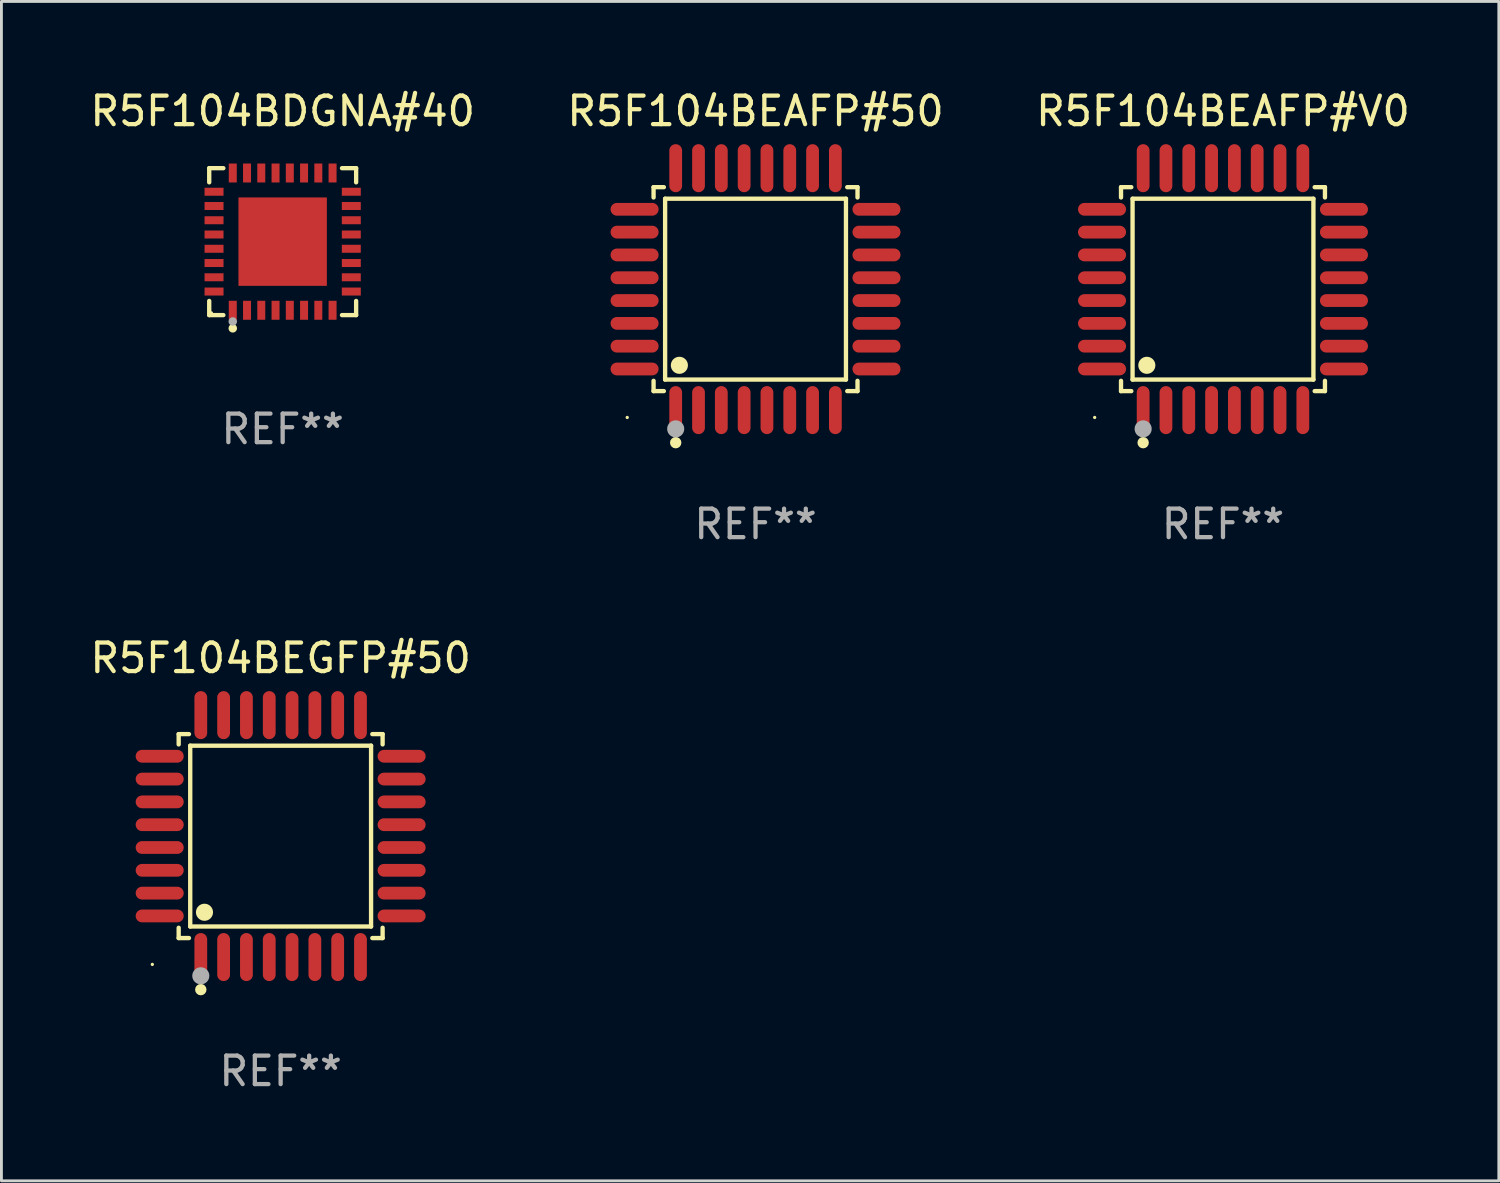
<source format=kicad_pcb>
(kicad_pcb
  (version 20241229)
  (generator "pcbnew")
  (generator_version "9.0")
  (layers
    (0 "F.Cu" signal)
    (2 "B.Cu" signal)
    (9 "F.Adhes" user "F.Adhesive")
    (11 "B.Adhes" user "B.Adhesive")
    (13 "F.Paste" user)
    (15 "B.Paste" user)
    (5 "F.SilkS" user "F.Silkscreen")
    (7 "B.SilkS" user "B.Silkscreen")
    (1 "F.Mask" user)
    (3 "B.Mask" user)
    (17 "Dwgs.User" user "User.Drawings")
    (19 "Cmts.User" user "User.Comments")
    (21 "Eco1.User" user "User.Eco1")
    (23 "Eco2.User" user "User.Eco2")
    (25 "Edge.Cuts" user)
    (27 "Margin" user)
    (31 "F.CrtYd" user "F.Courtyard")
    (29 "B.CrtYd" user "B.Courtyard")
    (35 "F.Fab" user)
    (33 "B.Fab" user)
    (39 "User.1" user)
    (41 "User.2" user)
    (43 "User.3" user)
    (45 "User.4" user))
  (footprint "R5F104BEAFP#V0"
    (layer "F.Cu")
    (at 39.839 7.09)
    (property "Reference" "R5F104BEAFP#V0" (at 0 -6.242 0) (layer "F.SilkS") (effects (font (size 1 1) (thickness 0.15))))
    (attr through_hole)
    (fp_line (start -3.576 -3.576) (end -3.215 -3.576) (stroke (width 0.152) (type solid)) (layer "F.SilkS"))
    (fp_line (start -3.576 -3.215) (end -3.576 -3.576) (stroke (width 0.152) (type solid)) (layer "F.SilkS"))
    (fp_line (start -3.576 3.215) (end -3.576 3.576) (stroke (width 0.152) (type solid)) (layer "F.SilkS"))
    (fp_line (start -3.576 3.576) (end -3.215 3.576) (stroke (width 0.152) (type solid)) (layer "F.SilkS"))
    (fp_line (start -3.171 -3.171) (end 3.171 -3.171) (stroke (width 0.152) (type solid)) (layer "F.SilkS"))
    (fp_line (start -3.171 3.171) (end -3.171 -3.171) (stroke (width 0.152) (type solid)) (layer "F.SilkS"))
    (fp_line (start 3.171 -3.171) (end 3.171 3.171) (stroke (width 0.152) (type solid)) (layer "F.SilkS"))
    (fp_line (start 3.171 3.171) (end -3.171 3.171) (stroke (width 0.152) (type solid)) (layer "F.SilkS"))
    (fp_line (start 3.576 -3.576) (end 3.215 -3.576) (stroke (width 0.152) (type solid)) (layer "F.SilkS"))
    (fp_line (start 3.576 -3.215) (end 3.576 -3.576) (stroke (width 0.152) (type solid)) (layer "F.SilkS"))
    (fp_line (start 3.576 3.215) (end 3.576 3.576) (stroke (width 0.152) (type solid)) (layer "F.SilkS"))
    (fp_line (start 3.576 3.576) (end 3.215 3.576) (stroke (width 0.152) (type solid)) (layer "F.SilkS"))
    (fp_circle (center -4.5 4.5) (end -4.47 4.5) (stroke (width 0.06) (type solid)) (fill no) (layer "F.SilkS"))
    (fp_circle (center -2.8 5.384) (end -2.7 5.384) (stroke (width 0.2) (type solid)) (fill no) (layer "F.SilkS"))
    (fp_circle (center -2.671 2.671) (end -2.521 2.671) (stroke (width 0.3) (type solid)) (fill no) (layer "F.SilkS"))
    (fp_circle (center -2.8 4.9) (end -2.65 4.9) (stroke (width 0.3) (type solid)) (fill no) (layer "F.Fab"))
    (fp_text user "REF**" (at 0 8.242 0) (layer "F.Fab") (effects (font (size 1 1) (thickness 0.15))))
    (pad "1" smd oval (at -2.8 4.242) (size 0.448 1.684) (layers "F.Cu" "F.Mask" "F.Paste"))
    (pad "2" smd oval (at -2 4.242) (size 0.448 1.684) (layers "F.Cu" "F.Mask" "F.Paste"))
    (pad "3" smd oval (at -1.2 4.242) (size 0.448 1.684) (layers "F.Cu" "F.Mask" "F.Paste"))
    (pad "4" smd oval (at -0.4 4.242) (size 0.448 1.684) (layers "F.Cu" "F.Mask" "F.Paste"))
    (pad "5" smd oval (at 0.4 4.242) (size 0.448 1.684) (layers "F.Cu" "F.Mask" "F.Paste"))
    (pad "6" smd oval (at 1.2 4.242) (size 0.448 1.684) (layers "F.Cu" "F.Mask" "F.Paste"))
    (pad "7" smd oval (at 2 4.242) (size 0.448 1.684) (layers "F.Cu" "F.Mask" "F.Paste"))
    (pad "8" smd oval (at 2.8 4.242) (size 0.448 1.684) (layers "F.Cu" "F.Mask" "F.Paste"))
    (pad "9" smd oval (at 4.242 2.8) (size 1.684 0.448) (layers "F.Cu" "F.Mask" "F.Paste"))
    (pad "10" smd oval (at 4.242 2) (size 1.684 0.448) (layers "F.Cu" "F.Mask" "F.Paste"))
    (pad "11" smd oval (at 4.242 1.2) (size 1.684 0.448) (layers "F.Cu" "F.Mask" "F.Paste"))
    (pad "12" smd oval (at 4.242 0.4) (size 1.684 0.448) (layers "F.Cu" "F.Mask" "F.Paste"))
    (pad "13" smd oval (at 4.242 -0.4) (size 1.684 0.448) (layers "F.Cu" "F.Mask" "F.Paste"))
    (pad "14" smd oval (at 4.242 -1.2) (size 1.684 0.448) (layers "F.Cu" "F.Mask" "F.Paste"))
    (pad "15" smd oval (at 4.242 -2) (size 1.684 0.448) (layers "F.Cu" "F.Mask" "F.Paste"))
    (pad "16" smd oval (at 4.242 -2.8) (size 1.684 0.448) (layers "F.Cu" "F.Mask" "F.Paste"))
    (pad "17" smd oval (at 2.8 -4.242) (size 0.448 1.684) (layers "F.Cu" "F.Mask" "F.Paste"))
    (pad "18" smd oval (at 2 -4.242) (size 0.448 1.684) (layers "F.Cu" "F.Mask" "F.Paste"))
    (pad "19" smd oval (at 1.2 -4.242) (size 0.448 1.684) (layers "F.Cu" "F.Mask" "F.Paste"))
    (pad "20" smd oval (at 0.4 -4.242) (size 0.448 1.684) (layers "F.Cu" "F.Mask" "F.Paste"))
    (pad "21" smd oval (at -0.4 -4.242) (size 0.448 1.684) (layers "F.Cu" "F.Mask" "F.Paste"))
    (pad "22" smd oval (at -1.2 -4.242) (size 0.448 1.684) (layers "F.Cu" "F.Mask" "F.Paste"))
    (pad "23" smd oval (at -2 -4.242) (size 0.448 1.684) (layers "F.Cu" "F.Mask" "F.Paste"))
    (pad "24" smd oval (at -2.8 -4.242) (size 0.448 1.684) (layers "F.Cu" "F.Mask" "F.Paste"))
    (pad "25" smd oval (at -4.242 -2.8) (size 1.684 0.448) (layers "F.Cu" "F.Mask" "F.Paste"))
    (pad "26" smd oval (at -4.242 -2) (size 1.684 0.448) (layers "F.Cu" "F.Mask" "F.Paste"))
    (pad "27" smd oval (at -4.242 -1.2) (size 1.684 0.448) (layers "F.Cu" "F.Mask" "F.Paste"))
    (pad "28" smd oval (at -4.242 -0.4) (size 1.684 0.448) (layers "F.Cu" "F.Mask" "F.Paste"))
    (pad "29" smd oval (at -4.242 0.4) (size 1.684 0.448) (layers "F.Cu" "F.Mask" "F.Paste"))
    (pad "30" smd oval (at -4.242 1.2) (size 1.684 0.448) (layers "F.Cu" "F.Mask" "F.Paste"))
    (pad "31" smd oval (at -4.242 2) (size 1.684 0.448) (layers "F.Cu" "F.Mask" "F.Paste"))
    (pad "32" smd oval (at -4.242 2.8) (size 1.684 0.448) (layers "F.Cu" "F.Mask" "F.Paste")))
  (footprint "R5F104BEAFP#50"
    (layer "F.Cu")
    (at 23.446 7.09)
    (property "Reference" "R5F104BEAFP#50" (at 0 -6.242 0) (layer "F.SilkS") (effects (font (size 1 1) (thickness 0.15))))
    (attr through_hole)
    (fp_line (start -3.576 -3.576) (end -3.215 -3.576) (stroke (width 0.152) (type solid)) (layer "F.SilkS"))
    (fp_line (start -3.576 -3.215) (end -3.576 -3.576) (stroke (width 0.152) (type solid)) (layer "F.SilkS"))
    (fp_line (start -3.576 3.215) (end -3.576 3.576) (stroke (width 0.152) (type solid)) (layer "F.SilkS"))
    (fp_line (start -3.576 3.576) (end -3.215 3.576) (stroke (width 0.152) (type solid)) (layer "F.SilkS"))
    (fp_line (start -3.171 -3.171) (end 3.171 -3.171) (stroke (width 0.152) (type solid)) (layer "F.SilkS"))
    (fp_line (start -3.171 3.171) (end -3.171 -3.171) (stroke (width 0.152) (type solid)) (layer "F.SilkS"))
    (fp_line (start 3.171 -3.171) (end 3.171 3.171) (stroke (width 0.152) (type solid)) (layer "F.SilkS"))
    (fp_line (start 3.171 3.171) (end -3.171 3.171) (stroke (width 0.152) (type solid)) (layer "F.SilkS"))
    (fp_line (start 3.576 -3.576) (end 3.215 -3.576) (stroke (width 0.152) (type solid)) (layer "F.SilkS"))
    (fp_line (start 3.576 -3.215) (end 3.576 -3.576) (stroke (width 0.152) (type solid)) (layer "F.SilkS"))
    (fp_line (start 3.576 3.215) (end 3.576 3.576) (stroke (width 0.152) (type solid)) (layer "F.SilkS"))
    (fp_line (start 3.576 3.576) (end 3.215 3.576) (stroke (width 0.152) (type solid)) (layer "F.SilkS"))
    (fp_circle (center -4.5 4.5) (end -4.47 4.5) (stroke (width 0.06) (type solid)) (fill no) (layer "F.SilkS"))
    (fp_circle (center -2.8 5.384) (end -2.7 5.384) (stroke (width 0.2) (type solid)) (fill no) (layer "F.SilkS"))
    (fp_circle (center -2.671 2.671) (end -2.521 2.671) (stroke (width 0.3) (type solid)) (fill no) (layer "F.SilkS"))
    (fp_circle (center -2.8 4.9) (end -2.65 4.9) (stroke (width 0.3) (type solid)) (fill no) (layer "F.Fab"))
    (fp_text user "REF**" (at 0 8.242 0) (layer "F.Fab") (effects (font (size 1 1) (thickness 0.15))))
    (pad "1" smd oval (at -2.8 4.242) (size 0.448 1.684) (layers "F.Cu" "F.Mask" "F.Paste"))
    (pad "2" smd oval (at -2 4.242) (size 0.448 1.684) (layers "F.Cu" "F.Mask" "F.Paste"))
    (pad "3" smd oval (at -1.2 4.242) (size 0.448 1.684) (layers "F.Cu" "F.Mask" "F.Paste"))
    (pad "4" smd oval (at -0.4 4.242) (size 0.448 1.684) (layers "F.Cu" "F.Mask" "F.Paste"))
    (pad "5" smd oval (at 0.4 4.242) (size 0.448 1.684) (layers "F.Cu" "F.Mask" "F.Paste"))
    (pad "6" smd oval (at 1.2 4.242) (size 0.448 1.684) (layers "F.Cu" "F.Mask" "F.Paste"))
    (pad "7" smd oval (at 2 4.242) (size 0.448 1.684) (layers "F.Cu" "F.Mask" "F.Paste"))
    (pad "8" smd oval (at 2.8 4.242) (size 0.448 1.684) (layers "F.Cu" "F.Mask" "F.Paste"))
    (pad "9" smd oval (at 4.242 2.8) (size 1.684 0.448) (layers "F.Cu" "F.Mask" "F.Paste"))
    (pad "10" smd oval (at 4.242 2) (size 1.684 0.448) (layers "F.Cu" "F.Mask" "F.Paste"))
    (pad "11" smd oval (at 4.242 1.2) (size 1.684 0.448) (layers "F.Cu" "F.Mask" "F.Paste"))
    (pad "12" smd oval (at 4.242 0.4) (size 1.684 0.448) (layers "F.Cu" "F.Mask" "F.Paste"))
    (pad "13" smd oval (at 4.242 -0.4) (size 1.684 0.448) (layers "F.Cu" "F.Mask" "F.Paste"))
    (pad "14" smd oval (at 4.242 -1.2) (size 1.684 0.448) (layers "F.Cu" "F.Mask" "F.Paste"))
    (pad "15" smd oval (at 4.242 -2) (size 1.684 0.448) (layers "F.Cu" "F.Mask" "F.Paste"))
    (pad "16" smd oval (at 4.242 -2.8) (size 1.684 0.448) (layers "F.Cu" "F.Mask" "F.Paste"))
    (pad "17" smd oval (at 2.8 -4.242) (size 0.448 1.684) (layers "F.Cu" "F.Mask" "F.Paste"))
    (pad "18" smd oval (at 2 -4.242) (size 0.448 1.684) (layers "F.Cu" "F.Mask" "F.Paste"))
    (pad "19" smd oval (at 1.2 -4.242) (size 0.448 1.684) (layers "F.Cu" "F.Mask" "F.Paste"))
    (pad "20" smd oval (at 0.4 -4.242) (size 0.448 1.684) (layers "F.Cu" "F.Mask" "F.Paste"))
    (pad "21" smd oval (at -0.4 -4.242) (size 0.448 1.684) (layers "F.Cu" "F.Mask" "F.Paste"))
    (pad "22" smd oval (at -1.2 -4.242) (size 0.448 1.684) (layers "F.Cu" "F.Mask" "F.Paste"))
    (pad "23" smd oval (at -2 -4.242) (size 0.448 1.684) (layers "F.Cu" "F.Mask" "F.Paste"))
    (pad "24" smd oval (at -2.8 -4.242) (size 0.448 1.684) (layers "F.Cu" "F.Mask" "F.Paste"))
    (pad "25" smd oval (at -4.242 -2.8) (size 1.684 0.448) (layers "F.Cu" "F.Mask" "F.Paste"))
    (pad "26" smd oval (at -4.242 -2) (size 1.684 0.448) (layers "F.Cu" "F.Mask" "F.Paste"))
    (pad "27" smd oval (at -4.242 -1.2) (size 1.684 0.448) (layers "F.Cu" "F.Mask" "F.Paste"))
    (pad "28" smd oval (at -4.242 -0.4) (size 1.684 0.448) (layers "F.Cu" "F.Mask" "F.Paste"))
    (pad "29" smd oval (at -4.242 0.4) (size 1.684 0.448) (layers "F.Cu" "F.Mask" "F.Paste"))
    (pad "30" smd oval (at -4.242 1.2) (size 1.684 0.448) (layers "F.Cu" "F.Mask" "F.Paste"))
    (pad "31" smd oval (at -4.242 2) (size 1.684 0.448) (layers "F.Cu" "F.Mask" "F.Paste"))
    (pad "32" smd oval (at -4.242 2.8) (size 1.684 0.448) (layers "F.Cu" "F.Mask" "F.Paste")))
  (footprint "R5F104BEGFP#50"
    (layer "F.Cu")
    (at 6.792 26.271)
    (property "Reference" "R5F104BEGFP#50" (at 0 -6.242 0) (layer "F.SilkS") (effects (font (size 1 1) (thickness 0.15))))
    (attr through_hole)
    (fp_line (start -3.576 -3.576) (end -3.215 -3.576) (stroke (width 0.152) (type solid)) (layer "F.SilkS"))
    (fp_line (start -3.576 -3.215) (end -3.576 -3.576) (stroke (width 0.152) (type solid)) (layer "F.SilkS"))
    (fp_line (start -3.576 3.215) (end -3.576 3.576) (stroke (width 0.152) (type solid)) (layer "F.SilkS"))
    (fp_line (start -3.576 3.576) (end -3.215 3.576) (stroke (width 0.152) (type solid)) (layer "F.SilkS"))
    (fp_line (start -3.171 -3.171) (end 3.171 -3.171) (stroke (width 0.152) (type solid)) (layer "F.SilkS"))
    (fp_line (start -3.171 3.171) (end -3.171 -3.171) (stroke (width 0.152) (type solid)) (layer "F.SilkS"))
    (fp_line (start 3.171 -3.171) (end 3.171 3.171) (stroke (width 0.152) (type solid)) (layer "F.SilkS"))
    (fp_line (start 3.171 3.171) (end -3.171 3.171) (stroke (width 0.152) (type solid)) (layer "F.SilkS"))
    (fp_line (start 3.576 -3.576) (end 3.215 -3.576) (stroke (width 0.152) (type solid)) (layer "F.SilkS"))
    (fp_line (start 3.576 -3.215) (end 3.576 -3.576) (stroke (width 0.152) (type solid)) (layer "F.SilkS"))
    (fp_line (start 3.576 3.215) (end 3.576 3.576) (stroke (width 0.152) (type solid)) (layer "F.SilkS"))
    (fp_line (start 3.576 3.576) (end 3.215 3.576) (stroke (width 0.152) (type solid)) (layer "F.SilkS"))
    (fp_circle (center -4.5 4.5) (end -4.47 4.5) (stroke (width 0.06) (type solid)) (fill no) (layer "F.SilkS"))
    (fp_circle (center -2.8 5.384) (end -2.7 5.384) (stroke (width 0.2) (type solid)) (fill no) (layer "F.SilkS"))
    (fp_circle (center -2.671 2.671) (end -2.521 2.671) (stroke (width 0.3) (type solid)) (fill no) (layer "F.SilkS"))
    (fp_circle (center -2.8 4.9) (end -2.65 4.9) (stroke (width 0.3) (type solid)) (fill no) (layer "F.Fab"))
    (fp_text user "REF**" (at 0 8.242 0) (layer "F.Fab") (effects (font (size 1 1) (thickness 0.15))))
    (pad "1" smd oval (at -2.8 4.242) (size 0.448 1.684) (layers "F.Cu" "F.Mask" "F.Paste"))
    (pad "2" smd oval (at -2 4.242) (size 0.448 1.684) (layers "F.Cu" "F.Mask" "F.Paste"))
    (pad "3" smd oval (at -1.2 4.242) (size 0.448 1.684) (layers "F.Cu" "F.Mask" "F.Paste"))
    (pad "4" smd oval (at -0.4 4.242) (size 0.448 1.684) (layers "F.Cu" "F.Mask" "F.Paste"))
    (pad "5" smd oval (at 0.4 4.242) (size 0.448 1.684) (layers "F.Cu" "F.Mask" "F.Paste"))
    (pad "6" smd oval (at 1.2 4.242) (size 0.448 1.684) (layers "F.Cu" "F.Mask" "F.Paste"))
    (pad "7" smd oval (at 2 4.242) (size 0.448 1.684) (layers "F.Cu" "F.Mask" "F.Paste"))
    (pad "8" smd oval (at 2.8 4.242) (size 0.448 1.684) (layers "F.Cu" "F.Mask" "F.Paste"))
    (pad "9" smd oval (at 4.242 2.8) (size 1.684 0.448) (layers "F.Cu" "F.Mask" "F.Paste"))
    (pad "10" smd oval (at 4.242 2) (size 1.684 0.448) (layers "F.Cu" "F.Mask" "F.Paste"))
    (pad "11" smd oval (at 4.242 1.2) (size 1.684 0.448) (layers "F.Cu" "F.Mask" "F.Paste"))
    (pad "12" smd oval (at 4.242 0.4) (size 1.684 0.448) (layers "F.Cu" "F.Mask" "F.Paste"))
    (pad "13" smd oval (at 4.242 -0.4) (size 1.684 0.448) (layers "F.Cu" "F.Mask" "F.Paste"))
    (pad "14" smd oval (at 4.242 -1.2) (size 1.684 0.448) (layers "F.Cu" "F.Mask" "F.Paste"))
    (pad "15" smd oval (at 4.242 -2) (size 1.684 0.448) (layers "F.Cu" "F.Mask" "F.Paste"))
    (pad "16" smd oval (at 4.242 -2.8) (size 1.684 0.448) (layers "F.Cu" "F.Mask" "F.Paste"))
    (pad "17" smd oval (at 2.8 -4.242) (size 0.448 1.684) (layers "F.Cu" "F.Mask" "F.Paste"))
    (pad "18" smd oval (at 2 -4.242) (size 0.448 1.684) (layers "F.Cu" "F.Mask" "F.Paste"))
    (pad "19" smd oval (at 1.2 -4.242) (size 0.448 1.684) (layers "F.Cu" "F.Mask" "F.Paste"))
    (pad "20" smd oval (at 0.4 -4.242) (size 0.448 1.684) (layers "F.Cu" "F.Mask" "F.Paste"))
    (pad "21" smd oval (at -0.4 -4.242) (size 0.448 1.684) (layers "F.Cu" "F.Mask" "F.Paste"))
    (pad "22" smd oval (at -1.2 -4.242) (size 0.448 1.684) (layers "F.Cu" "F.Mask" "F.Paste"))
    (pad "23" smd oval (at -2 -4.242) (size 0.448 1.684) (layers "F.Cu" "F.Mask" "F.Paste"))
    (pad "24" smd oval (at -2.8 -4.242) (size 0.448 1.684) (layers "F.Cu" "F.Mask" "F.Paste"))
    (pad "25" smd oval (at -4.242 -2.8) (size 1.684 0.448) (layers "F.Cu" "F.Mask" "F.Paste"))
    (pad "26" smd oval (at -4.242 -2) (size 1.684 0.448) (layers "F.Cu" "F.Mask" "F.Paste"))
    (pad "27" smd oval (at -4.242 -1.2) (size 1.684 0.448) (layers "F.Cu" "F.Mask" "F.Paste"))
    (pad "28" smd oval (at -4.242 -0.4) (size 1.684 0.448) (layers "F.Cu" "F.Mask" "F.Paste"))
    (pad "29" smd oval (at -4.242 0.4) (size 1.684 0.448) (layers "F.Cu" "F.Mask" "F.Paste"))
    (pad "30" smd oval (at -4.242 1.2) (size 1.684 0.448) (layers "F.Cu" "F.Mask" "F.Paste"))
    (pad "31" smd oval (at -4.242 2) (size 1.684 0.448) (layers "F.Cu" "F.Mask" "F.Paste"))
    (pad "32" smd oval (at -4.242 2.8) (size 1.684 0.448) (layers "F.Cu" "F.Mask" "F.Paste")))
  (footprint "R5F104BDGNA#40"
    (layer "F.Cu")
    (at 6.863 5.424)
    (property "Reference" "R5F104BDGNA#40" (at 0 -4.576 0) (layer "F.SilkS") (effects (font (size 1 1) (thickness 0.15))))
    (attr through_hole)
    (fp_line (start -2.576 -2.576) (end -2.08 -2.576) (stroke (width 0.152) (type solid)) (layer "F.SilkS"))
    (fp_line (start -2.576 -2.08) (end -2.576 -2.576) (stroke (width 0.152) (type solid)) (layer "F.SilkS"))
    (fp_line (start -2.576 2.08) (end -2.576 2.576) (stroke (width 0.152) (type solid)) (layer "F.SilkS"))
    (fp_line (start -2.576 2.576) (end -2.08 2.576) (stroke (width 0.152) (type solid)) (layer "F.SilkS"))
    (fp_line (start 2.576 -2.576) (end 2.08 -2.576) (stroke (width 0.152) (type solid)) (layer "F.SilkS"))
    (fp_line (start 2.576 -2.08) (end 2.576 -2.576) (stroke (width 0.152) (type solid)) (layer "F.SilkS"))
    (fp_line (start 2.576 2.08) (end 2.576 2.576) (stroke (width 0.152) (type solid)) (layer "F.SilkS"))
    (fp_line (start 2.576 2.576) (end 2.08 2.576) (stroke (width 0.152) (type solid)) (layer "F.SilkS"))
    (fp_circle (center -2.5 2.5) (end -2.47 2.5) (stroke (width 0.06) (type solid)) (fill no) (layer "F.SilkS"))
    (fp_circle (center -1.75 3.04) (end -1.675 3.04) (stroke (width 0.15) (type solid)) (fill no) (layer "F.SilkS"))
    (fp_circle (center -1.75 2.8) (end -1.675 2.8) (stroke (width 0.15) (type solid)) (fill no) (layer "F.Fab"))
    (fp_text user "REF**" (at 0 6.576 0) (layer "F.Fab") (effects (font (size 1 1) (thickness 0.15))))
    (pad "1" smd rect (at -1.75 2.407) (size 0.28 0.665) (layers "F.Cu" "F.Mask" "F.Paste"))
    (pad "2" smd rect (at -1.25 2.407) (size 0.28 0.665) (layers "F.Cu" "F.Mask" "F.Paste"))
    (pad "3" smd rect (at -0.75 2.407) (size 0.28 0.665) (layers "F.Cu" "F.Mask" "F.Paste"))
    (pad "4" smd rect (at -0.25 2.407) (size 0.28 0.665) (layers "F.Cu" "F.Mask" "F.Paste"))
    (pad "5" smd rect (at 0.25 2.407) (size 0.28 0.665) (layers "F.Cu" "F.Mask" "F.Paste"))
    (pad "6" smd rect (at 0.75 2.407) (size 0.28 0.665) (layers "F.Cu" "F.Mask" "F.Paste"))
    (pad "7" smd rect (at 1.25 2.407) (size 0.28 0.665) (layers "F.Cu" "F.Mask" "F.Paste"))
    (pad "8" smd rect (at 1.75 2.407) (size 0.28 0.665) (layers "F.Cu" "F.Mask" "F.Paste"))
    (pad "9" smd rect (at 2.407 1.75) (size 0.665 0.28) (layers "F.Cu" "F.Mask" "F.Paste"))
    (pad "10" smd rect (at 2.407 1.25) (size 0.665 0.28) (layers "F.Cu" "F.Mask" "F.Paste"))
    (pad "11" smd rect (at 2.407 0.75) (size 0.665 0.28) (layers "F.Cu" "F.Mask" "F.Paste"))
    (pad "12" smd rect (at 2.407 0.25) (size 0.665 0.28) (layers "F.Cu" "F.Mask" "F.Paste"))
    (pad "13" smd rect (at 2.407 -0.25) (size 0.665 0.28) (layers "F.Cu" "F.Mask" "F.Paste"))
    (pad "14" smd rect (at 2.407 -0.75) (size 0.665 0.28) (layers "F.Cu" "F.Mask" "F.Paste"))
    (pad "15" smd rect (at 2.407 -1.25) (size 0.665 0.28) (layers "F.Cu" "F.Mask" "F.Paste"))
    (pad "16" smd rect (at 2.407 -1.75) (size 0.665 0.28) (layers "F.Cu" "F.Mask" "F.Paste"))
    (pad "17" smd rect (at 1.75 -2.407) (size 0.28 0.665) (layers "F.Cu" "F.Mask" "F.Paste"))
    (pad "18" smd rect (at 1.25 -2.407) (size 0.28 0.665) (layers "F.Cu" "F.Mask" "F.Paste"))
    (pad "19" smd rect (at 0.75 -2.407) (size 0.28 0.665) (layers "F.Cu" "F.Mask" "F.Paste"))
    (pad "20" smd rect (at 0.25 -2.407) (size 0.28 0.665) (layers "F.Cu" "F.Mask" "F.Paste"))
    (pad "21" smd rect (at -0.25 -2.407) (size 0.28 0.665) (layers "F.Cu" "F.Mask" "F.Paste"))
    (pad "22" smd rect (at -0.75 -2.407) (size 0.28 0.665) (layers "F.Cu" "F.Mask" "F.Paste"))
    (pad "23" smd rect (at -1.25 -2.407) (size 0.28 0.665) (layers "F.Cu" "F.Mask" "F.Paste"))
    (pad "24" smd rect (at -1.75 -2.407) (size 0.28 0.665) (layers "F.Cu" "F.Mask" "F.Paste"))
    (pad "25" smd rect (at -2.407 -1.75) (size 0.665 0.28) (layers "F.Cu" "F.Mask" "F.Paste"))
    (pad "26" smd rect (at -2.407 -1.25) (size 0.665 0.28) (layers "F.Cu" "F.Mask" "F.Paste"))
    (pad "27" smd rect (at -2.407 -0.75) (size 0.665 0.28) (layers "F.Cu" "F.Mask" "F.Paste"))
    (pad "28" smd rect (at -2.407 -0.25) (size 0.665 0.28) (layers "F.Cu" "F.Mask" "F.Paste"))
    (pad "29" smd rect (at -2.407 0.25) (size 0.665 0.28) (layers "F.Cu" "F.Mask" "F.Paste"))
    (pad "30" smd rect (at -2.407 0.75) (size 0.665 0.28) (layers "F.Cu" "F.Mask" "F.Paste"))
    (pad "31" smd rect (at -2.407 1.25) (size 0.665 0.28) (layers "F.Cu" "F.Mask" "F.Paste"))
    (pad "32" smd rect (at -2.407 1.75) (size 0.665 0.28) (layers "F.Cu" "F.Mask" "F.Paste"))
    (pad "33" smd rect (at 0 0) (size 3.1 3.1) (layers "F.Cu" "F.Mask" "F.Paste")))
  (gr_rect
    (start -3 -3)
    (end 49.512 38.361)
    (stroke (width 0.1) (type default))
    (fill no)
    (layer "Edge.Cuts")))
</source>
